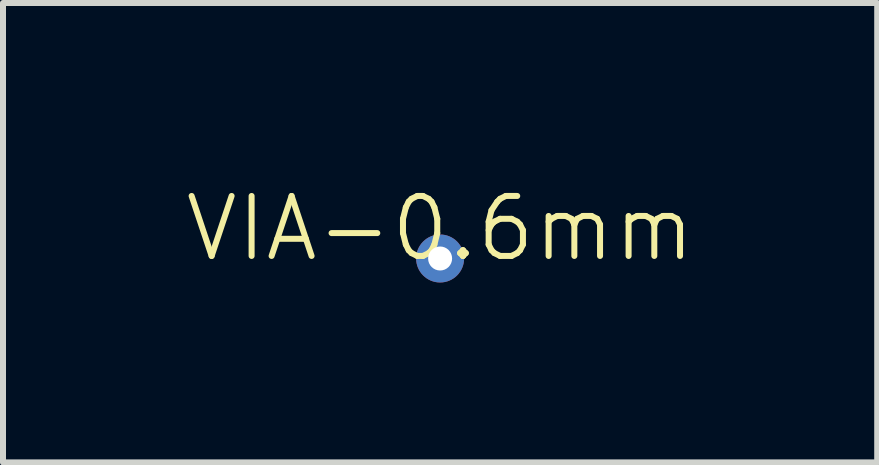
<source format=kicad_pcb>
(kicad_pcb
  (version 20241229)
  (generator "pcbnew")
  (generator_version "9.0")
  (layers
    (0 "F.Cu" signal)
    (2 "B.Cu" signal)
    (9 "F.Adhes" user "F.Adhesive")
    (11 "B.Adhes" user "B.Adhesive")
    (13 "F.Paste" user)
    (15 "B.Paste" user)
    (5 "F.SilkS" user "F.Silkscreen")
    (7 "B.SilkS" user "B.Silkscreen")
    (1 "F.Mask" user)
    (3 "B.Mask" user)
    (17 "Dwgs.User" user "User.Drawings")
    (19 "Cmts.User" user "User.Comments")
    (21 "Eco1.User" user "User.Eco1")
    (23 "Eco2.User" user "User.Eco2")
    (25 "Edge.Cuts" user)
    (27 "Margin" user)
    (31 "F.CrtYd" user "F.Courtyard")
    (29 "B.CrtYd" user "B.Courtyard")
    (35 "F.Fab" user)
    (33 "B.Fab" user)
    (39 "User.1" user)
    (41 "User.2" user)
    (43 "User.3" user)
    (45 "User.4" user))
  (footprint "VIA-0.6mm"
    (layer "F.Cu")
    (at 4.288 1.26)
    (property "Reference" "VIA-0.6mm" (at 0 -0.5 0) (unlocked yes) (layer "F.SilkS") (effects (font (size 1 1) (thickness 0.1))))
    (attr through_hole)
    (pad "1" thru_hole circle (at 0 0) (size 0.8 0.8) (drill 0.4) (layers "*.Cu" "*.Mask")))
  (gr_rect
    (start -3 -3)
    (end 11.576 4.66)
    (stroke (width 0.1) (type default))
    (fill no)
    (layer "Edge.Cuts")))
</source>
